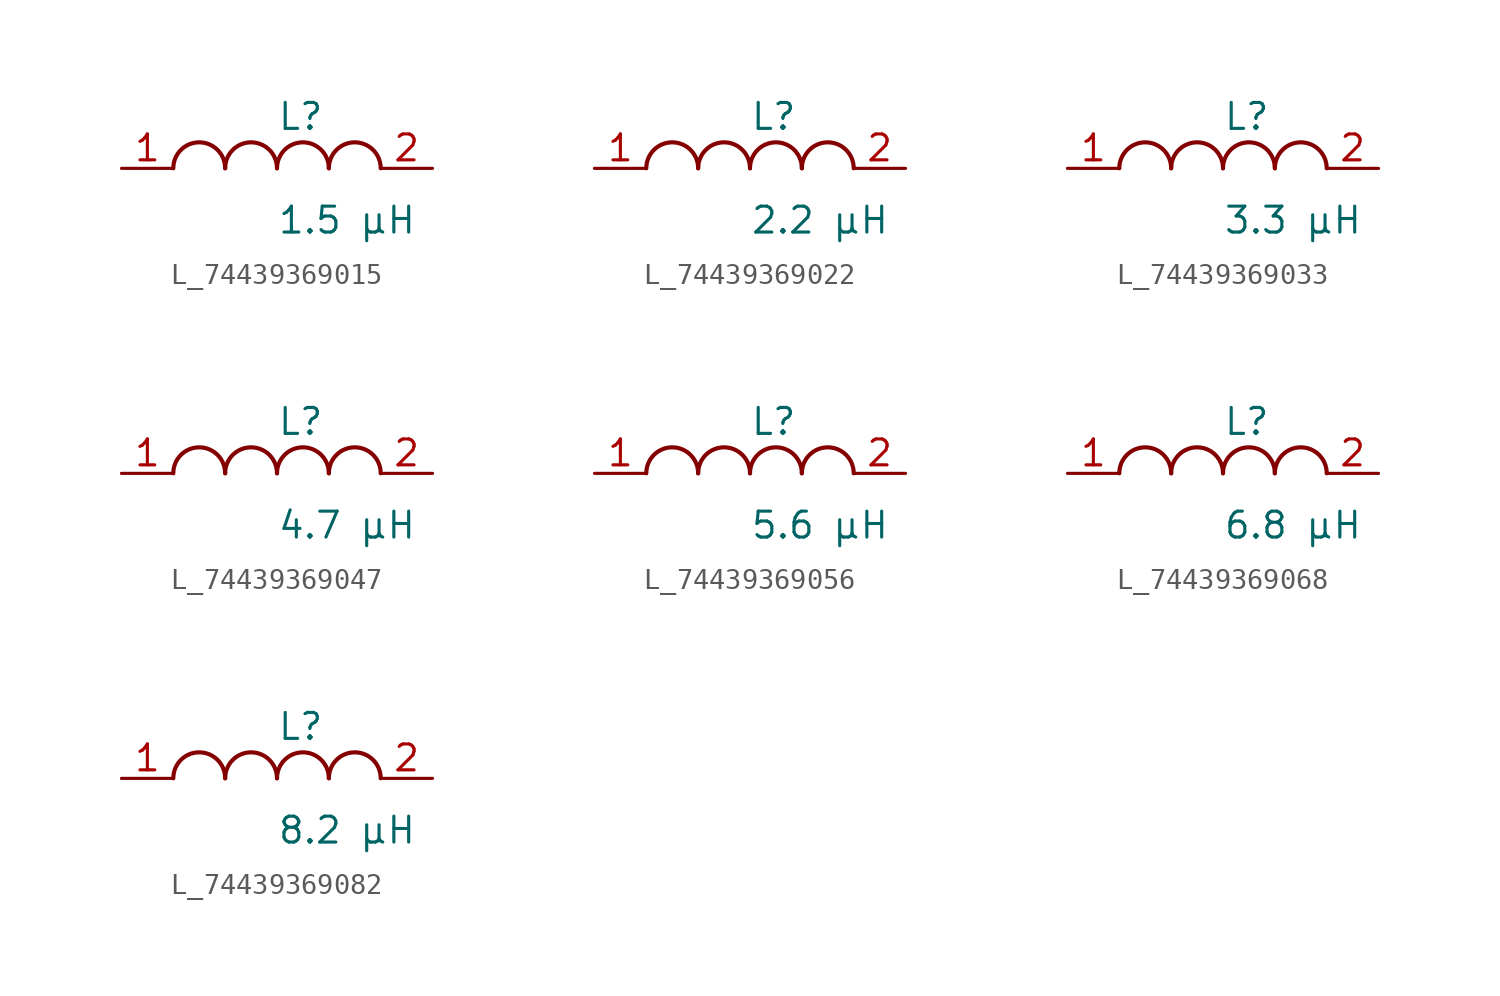
<source format=kicad_sym>
(kicad_symbol_lib
  (version 20231120)
  (generator kicad_symbol_editor)
  (generator_version 8.0)
  (symbol "L_74439369015"
    (pin_names
      (offset 0.254))
    (property "Reference" "L"
      (at 0 2.54 0)
      (effects (font (size 1.27 1.27)) (justify left)))
    (property "Value" "1.5 µH"
      (at 0 -2.54 0)
      (effects (font (size 1.27 1.27)) (justify left)))
    (symbol "L_74439369015_1_1"
      (arc (start -2.54 0.0056) (mid -3.81 1.27) (end -5.08 0.0056) (stroke (width 0.2032) (type default)) (fill (type none)))
      (arc (start 0 0.0056) (mid -1.27 1.27) (end -2.54 0.0056) (stroke (width 0.2032) (type default)) (fill (type none)))
      (arc (start 2.54 0.0056) (mid 1.27 1.27) (end 0 0.0056) (stroke (width 0.2032) (type default)) (fill (type none)))
      (arc (start 5.08 0.0056) (mid 3.81 1.27) (end 2.54 0.0056) (stroke (width 0.2032) (type default)) (fill (type none)))
      (pin unspecified line (at -7.62 0 0) (length 2.54) (name "" (effects (font (size 1.27 1.27)))) (number "1" (effects (font (size 1.27 1.27)))))
      (pin unspecified line (at 7.62 0 180) (length 2.54) (name "" (effects (font (size 1.27 1.27)))) (number "2" (effects (font (size 1.27 1.27)))))))
  (symbol "L_74439369022"
    (pin_names
      (offset 0.254))
    (property "Reference" "L"
      (at 0 2.54 0)
      (effects (font (size 1.27 1.27)) (justify left)))
    (property "Value" "2.2 µH"
      (at 0 -2.54 0)
      (effects (font (size 1.27 1.27)) (justify left)))
    (symbol "L_74439369022_1_1"
      (arc (start -2.54 0.0056) (mid -3.81 1.27) (end -5.08 0.0056) (stroke (width 0.2032) (type default)) (fill (type none)))
      (arc (start 0 0.0056) (mid -1.27 1.27) (end -2.54 0.0056) (stroke (width 0.2032) (type default)) (fill (type none)))
      (arc (start 2.54 0.0056) (mid 1.27 1.27) (end 0 0.0056) (stroke (width 0.2032) (type default)) (fill (type none)))
      (arc (start 5.08 0.0056) (mid 3.81 1.27) (end 2.54 0.0056) (stroke (width 0.2032) (type default)) (fill (type none)))
      (pin unspecified line (at -7.62 0 0) (length 2.54) (name "" (effects (font (size 1.27 1.27)))) (number "1" (effects (font (size 1.27 1.27)))))
      (pin unspecified line (at 7.62 0 180) (length 2.54) (name "" (effects (font (size 1.27 1.27)))) (number "2" (effects (font (size 1.27 1.27)))))))
  (symbol "L_74439369033"
    (pin_names
      (offset 0.254))
    (property "Reference" "L"
      (at 0 2.54 0)
      (effects (font (size 1.27 1.27)) (justify left)))
    (property "Value" "3.3 µH"
      (at 0 -2.54 0)
      (effects (font (size 1.27 1.27)) (justify left)))
    (symbol "L_74439369033_1_1"
      (arc (start -2.54 0.0056) (mid -3.81 1.27) (end -5.08 0.0056) (stroke (width 0.2032) (type default)) (fill (type none)))
      (arc (start 0 0.0056) (mid -1.27 1.27) (end -2.54 0.0056) (stroke (width 0.2032) (type default)) (fill (type none)))
      (arc (start 2.54 0.0056) (mid 1.27 1.27) (end 0 0.0056) (stroke (width 0.2032) (type default)) (fill (type none)))
      (arc (start 5.08 0.0056) (mid 3.81 1.27) (end 2.54 0.0056) (stroke (width 0.2032) (type default)) (fill (type none)))
      (pin unspecified line (at -7.62 0 0) (length 2.54) (name "" (effects (font (size 1.27 1.27)))) (number "1" (effects (font (size 1.27 1.27)))))
      (pin unspecified line (at 7.62 0 180) (length 2.54) (name "" (effects (font (size 1.27 1.27)))) (number "2" (effects (font (size 1.27 1.27)))))))
  (symbol "L_74439369047"
    (pin_names
      (offset 0.254))
    (property "Reference" "L"
      (at 0 2.54 0)
      (effects (font (size 1.27 1.27)) (justify left)))
    (property "Value" "4.7 µH"
      (at 0 -2.54 0)
      (effects (font (size 1.27 1.27)) (justify left)))
    (symbol "L_74439369047_1_1"
      (arc (start -2.54 0.0056) (mid -3.81 1.27) (end -5.08 0.0056) (stroke (width 0.2032) (type default)) (fill (type none)))
      (arc (start 0 0.0056) (mid -1.27 1.27) (end -2.54 0.0056) (stroke (width 0.2032) (type default)) (fill (type none)))
      (arc (start 2.54 0.0056) (mid 1.27 1.27) (end 0 0.0056) (stroke (width 0.2032) (type default)) (fill (type none)))
      (arc (start 5.08 0.0056) (mid 3.81 1.27) (end 2.54 0.0056) (stroke (width 0.2032) (type default)) (fill (type none)))
      (pin unspecified line (at -7.62 0 0) (length 2.54) (name "" (effects (font (size 1.27 1.27)))) (number "1" (effects (font (size 1.27 1.27)))))
      (pin unspecified line (at 7.62 0 180) (length 2.54) (name "" (effects (font (size 1.27 1.27)))) (number "2" (effects (font (size 1.27 1.27)))))))
  (symbol "L_74439369056"
    (pin_names
      (offset 0.254))
    (property "Reference" "L"
      (at 0 2.54 0)
      (effects (font (size 1.27 1.27)) (justify left)))
    (property "Value" "5.6 µH"
      (at 0 -2.54 0)
      (effects (font (size 1.27 1.27)) (justify left)))
    (symbol "L_74439369056_1_1"
      (arc (start -2.54 0.0056) (mid -3.81 1.27) (end -5.08 0.0056) (stroke (width 0.2032) (type default)) (fill (type none)))
      (arc (start 0 0.0056) (mid -1.27 1.27) (end -2.54 0.0056) (stroke (width 0.2032) (type default)) (fill (type none)))
      (arc (start 2.54 0.0056) (mid 1.27 1.27) (end 0 0.0056) (stroke (width 0.2032) (type default)) (fill (type none)))
      (arc (start 5.08 0.0056) (mid 3.81 1.27) (end 2.54 0.0056) (stroke (width 0.2032) (type default)) (fill (type none)))
      (pin unspecified line (at -7.62 0 0) (length 2.54) (name "" (effects (font (size 1.27 1.27)))) (number "1" (effects (font (size 1.27 1.27)))))
      (pin unspecified line (at 7.62 0 180) (length 2.54) (name "" (effects (font (size 1.27 1.27)))) (number "2" (effects (font (size 1.27 1.27)))))))
  (symbol "L_74439369068"
    (pin_names
      (offset 0.254))
    (property "Reference" "L"
      (at 0 2.54 0)
      (effects (font (size 1.27 1.27)) (justify left)))
    (property "Value" "6.8 µH"
      (at 0 -2.54 0)
      (effects (font (size 1.27 1.27)) (justify left)))
    (symbol "L_74439369068_1_1"
      (arc (start -2.54 0.0056) (mid -3.81 1.27) (end -5.08 0.0056) (stroke (width 0.2032) (type default)) (fill (type none)))
      (arc (start 0 0.0056) (mid -1.27 1.27) (end -2.54 0.0056) (stroke (width 0.2032) (type default)) (fill (type none)))
      (arc (start 2.54 0.0056) (mid 1.27 1.27) (end 0 0.0056) (stroke (width 0.2032) (type default)) (fill (type none)))
      (arc (start 5.08 0.0056) (mid 3.81 1.27) (end 2.54 0.0056) (stroke (width 0.2032) (type default)) (fill (type none)))
      (pin unspecified line (at -7.62 0 0) (length 2.54) (name "" (effects (font (size 1.27 1.27)))) (number "1" (effects (font (size 1.27 1.27)))))
      (pin unspecified line (at 7.62 0 180) (length 2.54) (name "" (effects (font (size 1.27 1.27)))) (number "2" (effects (font (size 1.27 1.27)))))))
  (symbol "L_74439369082"
    (pin_names
      (offset 0.254))
    (property "Reference" "L"
      (at 0 2.54 0)
      (effects (font (size 1.27 1.27)) (justify left)))
    (property "Value" "8.2 µH"
      (at 0 -2.54 0)
      (effects (font (size 1.27 1.27)) (justify left)))
    (symbol "L_74439369082_1_1"
      (arc (start -2.54 0.0056) (mid -3.81 1.27) (end -5.08 0.0056) (stroke (width 0.2032) (type default)) (fill (type none)))
      (arc (start 0 0.0056) (mid -1.27 1.27) (end -2.54 0.0056) (stroke (width 0.2032) (type default)) (fill (type none)))
      (arc (start 2.54 0.0056) (mid 1.27 1.27) (end 0 0.0056) (stroke (width 0.2032) (type default)) (fill (type none)))
      (arc (start 5.08 0.0056) (mid 3.81 1.27) (end 2.54 0.0056) (stroke (width 0.2032) (type default)) (fill (type none)))
      (pin unspecified line (at -7.62 0 0) (length 2.54) (name "" (effects (font (size 1.27 1.27)))) (number "1" (effects (font (size 1.27 1.27)))))
      (pin unspecified line (at 7.62 0 180) (length 2.54) (name "" (effects (font (size 1.27 1.27)))) (number "2" (effects (font (size 1.27 1.27))))))))
</source>
